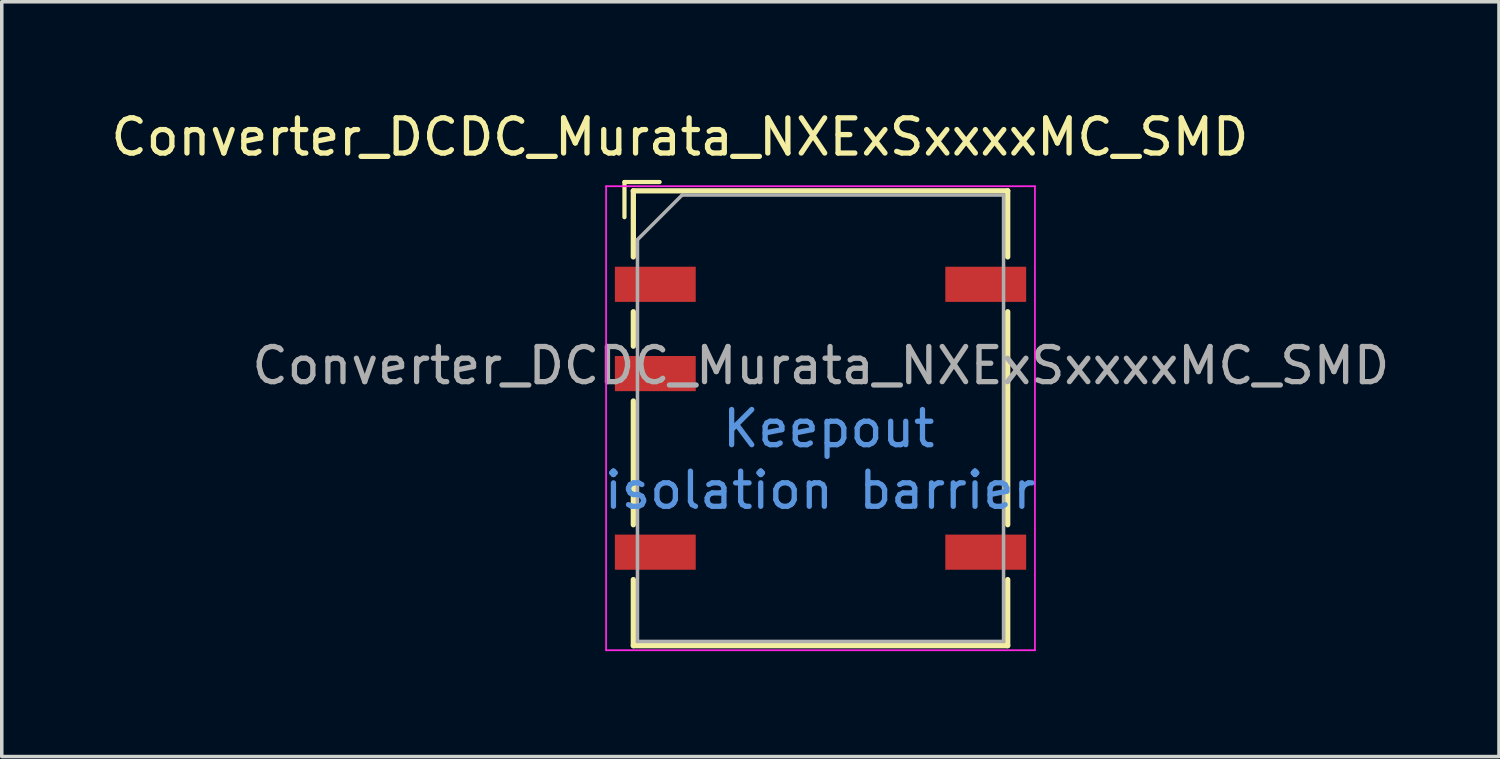
<source format=kicad_pcb>
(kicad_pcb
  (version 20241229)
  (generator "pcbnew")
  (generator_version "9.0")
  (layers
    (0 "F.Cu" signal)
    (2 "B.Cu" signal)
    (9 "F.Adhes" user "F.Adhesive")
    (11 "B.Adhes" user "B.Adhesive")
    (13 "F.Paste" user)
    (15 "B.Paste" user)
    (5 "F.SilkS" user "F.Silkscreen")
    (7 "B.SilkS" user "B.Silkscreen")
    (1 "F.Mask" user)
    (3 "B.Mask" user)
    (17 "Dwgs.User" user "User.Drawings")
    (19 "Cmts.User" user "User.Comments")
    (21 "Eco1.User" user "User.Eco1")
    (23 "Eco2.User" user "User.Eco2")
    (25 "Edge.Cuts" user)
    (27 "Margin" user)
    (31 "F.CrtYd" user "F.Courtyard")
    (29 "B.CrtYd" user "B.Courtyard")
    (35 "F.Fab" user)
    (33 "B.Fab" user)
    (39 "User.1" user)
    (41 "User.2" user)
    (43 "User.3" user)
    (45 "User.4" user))
  (footprint "Converter_DCDC_Murata_NXExSxxxxMC_SMD"
    (layer "F.Cu")
    (at 20.292 10.118)
    (property "Reference" "Converter_DCDC_Murata_NXExSxxxxMC_SMD" (at -4 -9.27 0) (layer "F.SilkS") (effects (font (size 1 1) (thickness 0.15))))
    (attr smd)
    (fp_line (start -5.577 -7.99) (end -5.577 -6.99) (stroke (width 0.12) (type solid)) (layer "F.SilkS"))
    (fp_line (start -5.325 -7.74) (end 5.325 -7.74) (stroke (width 0.15) (type solid)) (layer "F.SilkS"))
    (fp_line (start -5.325 -5.86) (end -5.325 -7.74) (stroke (width 0.15) (type solid)) (layer "F.SilkS"))
    (fp_line (start -5.325 -3.32) (end -5.325 -4.3) (stroke (width 0.15) (type solid)) (layer "F.SilkS"))
    (fp_line (start -5.325 1.76) (end -5.325 -1.76) (stroke (width 0.15) (type solid)) (layer "F.SilkS"))
    (fp_line (start -5.325 5.2) (end -5.325 3.32) (stroke (width 0.15) (type solid)) (layer "F.SilkS"))
    (fp_line (start -4.577 -7.99) (end -5.577 -7.99) (stroke (width 0.12) (type solid)) (layer "F.SilkS"))
    (fp_line (start 5.325 -7.74) (end 5.325 -5.86) (stroke (width 0.15) (type solid)) (layer "F.SilkS"))
    (fp_line (start 5.325 -4.3) (end 5.325 1.76) (stroke (width 0.15) (type solid)) (layer "F.SilkS"))
    (fp_line (start 5.325 3.32) (end 5.325 5.2) (stroke (width 0.15) (type solid)) (layer "F.SilkS"))
    (fp_line (start 5.325 5.2) (end -5.325 5.2) (stroke (width 0.15) (type solid)) (layer "F.SilkS"))
    (fp_line (start -6.1 5.33) (end -6.1 -7.87) (stroke (width 0.05) (type solid)) (layer "F.CrtYd"))
    (fp_line (start 6.1 -7.87) (end -6.1 -7.87) (stroke (width 0.05) (type solid)) (layer "F.CrtYd"))
    (fp_line (start 6.1 -7.87) (end 6.1 5.33) (stroke (width 0.05) (type solid)) (layer "F.CrtYd"))
    (fp_line (start 6.1 5.33) (end -6.1 5.33) (stroke (width 0.05) (type solid)) (layer "F.CrtYd"))
    (fp_line (start -5.207 5.08) (end -5.207 -6.35) (stroke (width 0.1) (type solid)) (layer "F.Fab"))
    (fp_line (start -3.937 -7.62) (end -5.207 -6.35) (stroke (width 0.1) (type solid)) (layer "F.Fab"))
    (fp_line (start -3.937 -7.62) (end 5.207 -7.62) (stroke (width 0.1) (type solid)) (layer "F.Fab"))
    (fp_line (start 5.207 -7.62) (end 5.207 5.08) (stroke (width 0.1) (type solid)) (layer "F.Fab"))
    (fp_line (start 5.207 5.08) (end -5.207 5.08) (stroke (width 0.1) (type solid)) (layer "F.Fab"))
    (fp_text user "Keepout" (at 0.234 -0.973 0) (layer "Cmts.User") (effects (font (size 1 1) (thickness 0.15))))
    (fp_text user "isolation barrier" (at -0.01 0.78 0) (layer "Cmts.User") (effects (font (size 1 1) (thickness 0.15))))
    (fp_text user "${REFERENCE}" (at 0.01 -2.766 0) (layer "F.Fab") (effects (font (size 1 1) (thickness 0.15))))
    (pad "1" smd rect (at -4.7 -5.08) (size 2.3 1) (layers "F.Cu" "F.Mask" "F.Paste"))
    (pad "3" smd rect (at -4.7 -2.54) (size 2.3 1) (layers "F.Cu" "F.Mask" "F.Paste"))
    (pad "7" smd rect (at -4.7 2.54) (size 2.3 1) (layers "F.Cu" "F.Mask" "F.Paste"))
    (pad "8" smd rect (at 4.7 2.54) (size 2.3 1) (layers "F.Cu" "F.Mask" "F.Paste"))
    (pad "14" smd rect (at 4.7 -5.08) (size 2.3 1) (layers "F.Cu" "F.Mask" "F.Paste"))
    (zone (net_name "") (layer "F.Cu") (hatch full 0.508) (connect_pads) (min_thickness 0.254) (filled_areas_thickness no) (keepout (tracks not_allowed) (vias not_allowed) (pads not_allowed) (copperpour not_allowed) (footprints not_allowed)) (placement (enabled no)) (fill) (polygon (pts (xy 14.192 8.198) (xy 26.392 8.198) (xy 26.392 12.048) (xy 14.192 12.048)))))
  (gr_rect
    (start -3 -3)
    (end 39.593 18.473)
    (stroke (width 0.1) (type default))
    (fill no)
    (layer "Edge.Cuts")))
</source>
